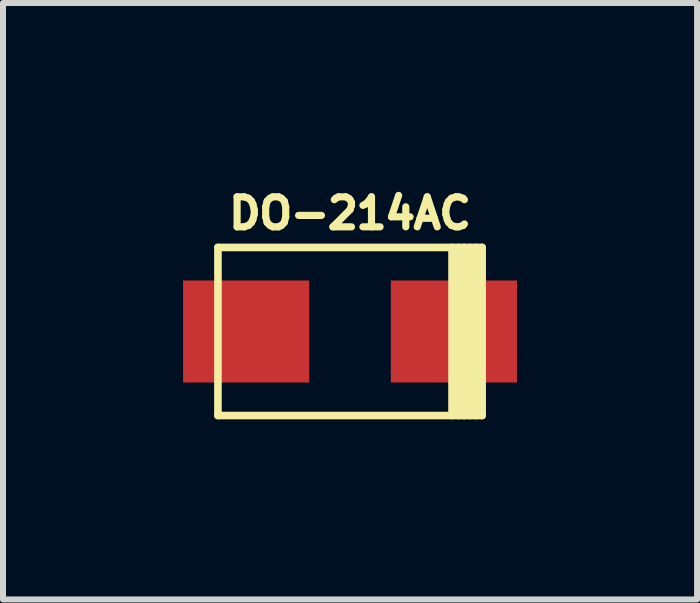
<source format=kicad_pcb>
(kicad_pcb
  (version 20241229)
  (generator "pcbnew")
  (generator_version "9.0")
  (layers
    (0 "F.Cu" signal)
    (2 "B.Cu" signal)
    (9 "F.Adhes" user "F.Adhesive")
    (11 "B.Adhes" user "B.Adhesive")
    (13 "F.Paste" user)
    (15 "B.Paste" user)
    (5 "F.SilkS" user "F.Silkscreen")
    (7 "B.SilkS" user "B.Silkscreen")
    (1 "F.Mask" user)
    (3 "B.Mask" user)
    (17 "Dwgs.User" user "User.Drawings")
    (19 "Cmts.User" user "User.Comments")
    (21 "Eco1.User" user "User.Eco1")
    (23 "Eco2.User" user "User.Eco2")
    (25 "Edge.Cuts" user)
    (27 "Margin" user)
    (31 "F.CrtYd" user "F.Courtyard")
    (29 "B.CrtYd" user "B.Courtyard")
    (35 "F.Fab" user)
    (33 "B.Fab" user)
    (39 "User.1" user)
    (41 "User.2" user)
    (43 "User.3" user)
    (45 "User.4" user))
  (footprint "DO-214AC"
    (layer "F.Cu")
    (at 2.78 2.471)
    (property "Reference" "DO-214AC" (at 0 -1.968 0) (layer "F.SilkS") (effects (font (size 0.5 0.5) (thickness 0.119))))
    (attr through_hole)
    (fp_line (start -2.2 -1.4) (end -2.2 1.4) (stroke (width 0.127) (type solid)) (layer "F.SilkS"))
    (fp_line (start -2.2 1.4) (end 2.2 1.4) (stroke (width 0.127) (type solid)) (layer "F.SilkS"))
    (fp_line (start 1.699 -1.4) (end 1.699 1.4) (stroke (width 0.127) (type solid)) (layer "F.SilkS"))
    (fp_line (start 1.801 -1.4) (end 1.801 1.4) (stroke (width 0.127) (type solid)) (layer "F.SilkS"))
    (fp_line (start 1.9 1.4) (end 1.9 -1.4) (stroke (width 0.127) (type solid)) (layer "F.SilkS"))
    (fp_line (start 1.999 -1.4) (end 1.999 1.4) (stroke (width 0.127) (type solid)) (layer "F.SilkS"))
    (fp_line (start 2.101 1.4) (end 2.101 -1.4) (stroke (width 0.127) (type solid)) (layer "F.SilkS"))
    (fp_line (start 2.2 -1.4) (end -2.2 -1.4) (stroke (width 0.127) (type solid)) (layer "F.SilkS"))
    (fp_line (start 2.2 1.4) (end 2.2 -1.4) (stroke (width 0.127) (type solid)) (layer "F.SilkS"))
    (pad "1" smd rect (at 1.73 0) (size 2.101 1.699) (layers "F.Cu" "F.Mask" "F.Paste"))
    (pad "2" smd rect (at -1.73 0) (size 2.101 1.699) (layers "F.Cu" "F.Mask" "F.Paste")))
  (gr_rect
    (start -3 -3)
    (end 8.56 6.934)
    (stroke (width 0.1) (type default))
    (fill no)
    (layer "Edge.Cuts")))
</source>
